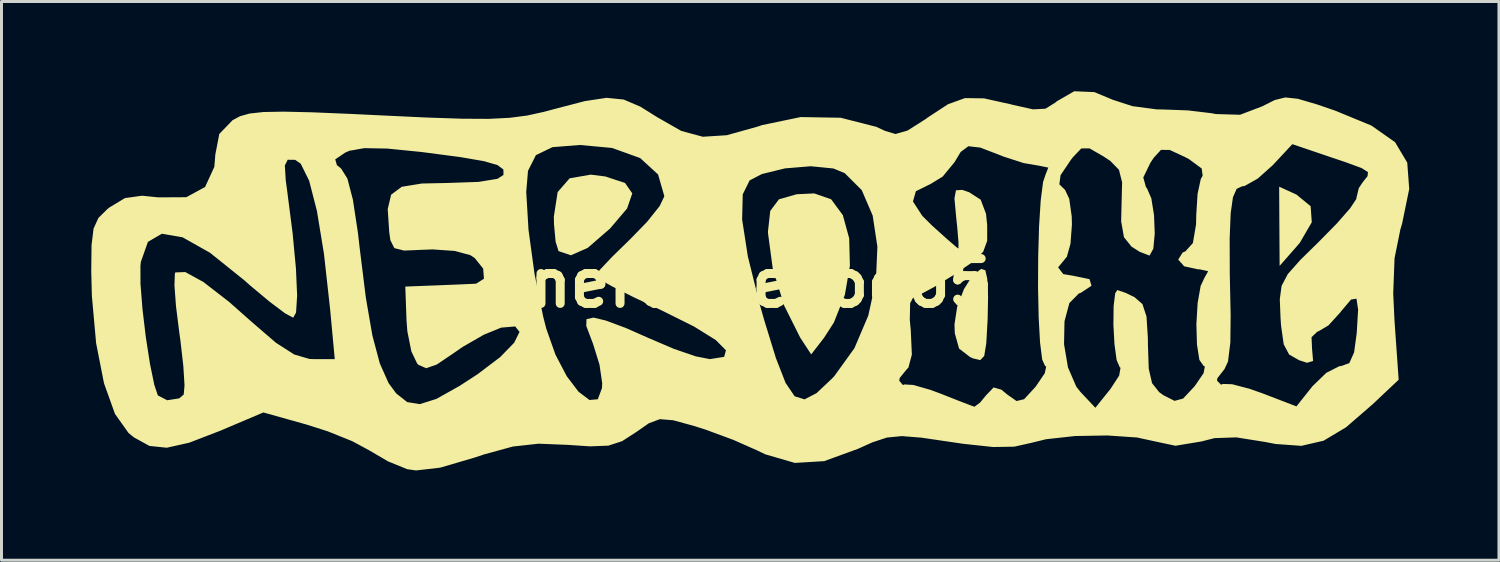
<source format=kicad_pcb>
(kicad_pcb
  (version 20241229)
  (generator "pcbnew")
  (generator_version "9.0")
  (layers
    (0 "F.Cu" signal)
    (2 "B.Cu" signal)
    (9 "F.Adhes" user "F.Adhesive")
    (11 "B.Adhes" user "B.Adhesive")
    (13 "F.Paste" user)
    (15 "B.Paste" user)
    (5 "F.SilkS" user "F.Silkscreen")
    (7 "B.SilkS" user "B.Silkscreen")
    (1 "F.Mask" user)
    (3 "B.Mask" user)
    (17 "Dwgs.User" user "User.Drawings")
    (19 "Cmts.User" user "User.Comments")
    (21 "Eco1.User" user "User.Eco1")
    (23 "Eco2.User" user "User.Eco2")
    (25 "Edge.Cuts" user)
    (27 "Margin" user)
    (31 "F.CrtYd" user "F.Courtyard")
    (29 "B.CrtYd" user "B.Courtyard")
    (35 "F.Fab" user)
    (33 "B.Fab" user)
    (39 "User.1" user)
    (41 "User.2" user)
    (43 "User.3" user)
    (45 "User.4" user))
  (footprint "nerdAxeLogo5"
    (layer "F.Cu")
    (at 22.39 6.414)
    (property "Reference" "nerdAxeLogo5" (at 0 0 0) (layer "F.SilkS") (effects (font (size 1.5 1.5) (thickness 0.3))))
    (attr board_only exclude_from_pos_files exclude_from_bom)
    (fp_poly (pts (xy 17.895 -2.96) (xy 18.37 -2.571) (xy 18.408 -2.035) (xy 18.01 -1.351) (xy 17.903 -1.225) (xy 17.333 -0.577) (xy 17.325 -1.9) (xy 17.318 -3.223)) (stroke (width 0) (type solid)) (fill yes) (layer "F.SilkS"))
    (fp_poly (pts (xy -5.208 -3.566) (xy -4.547 -3.347) (xy -4.305 -3) (xy -4.479 -2.495) (xy -5.051 -1.822) (xy -5.795 -1.178) (xy -6.356 -0.931) (xy -6.762 -1.067) (xy -6.773 -1.078) (xy -6.868 -1.385) (xy -6.922 -1.973) (xy -6.927 -2.224) (xy -6.8 -3.044) (xy -6.4 -3.504) (xy -5.695 -3.626)) (stroke (width 0) (type solid)) (fill yes) (layer "F.SilkS"))
    (fp_poly (pts (xy 7.496 -0.431) (xy 7.561 -0.142) (xy 7.588 0.471) (xy 7.573 1.209) (xy 7.528 2.009) (xy 7.459 2.434) (xy 7.325 2.574) (xy 7.084 2.515) (xy 6.985 2.471) (xy 6.618 2.187) (xy 6.476 1.679) (xy 6.465 1.376) (xy 6.556 0.787) (xy 6.782 0.2) (xy 7.072 -0.262) (xy 7.357 -0.475)) (stroke (width 0) (type solid)) (fill yes) (layer "F.SilkS"))
    (fp_poly (pts (xy 2.342 -2.803) (xy 2.733 -2.272) (xy 2.945 -1.5) (xy 2.969 -0.581) (xy 2.801 0.39) (xy 2.433 1.318) (xy 2.105 1.826) (xy 1.675 2.382) (xy 1.308 1.822) (xy 0.775 0.757) (xy 0.39 -0.491) (xy 0.232 -1.667) (xy 0.231 -1.734) (xy 0.307 -2.414) (xy 0.596 -2.801) (xy 1.189 -2.971) (xy 1.776 -2.999)) (stroke (width 0) (type solid)) (fill yes) (layer "F.SilkS"))
    (fp_poly (pts (xy 11.141 -6.385) (xy 11.759 -6.128) (xy 12.416 -5.915) (xy 13.227 -5.808) (xy 13.422 -5.805) (xy 14.265 -5.774) (xy 15.063 -5.679) (xy 15.197 -5.652) (xy 16.011 -5.628) (xy 16.752 -5.91) (xy 17.171 -6.12) (xy 17.523 -6.207) (xy 17.942 -6.162) (xy 18.566 -5.979) (xy 19.19 -5.766) (xy 20.402 -5.266) (xy 21.192 -4.711) (xy 21.599 -4.029) (xy 21.665 -3.147) (xy 21.428 -1.993) (xy 21.368 -1.79) (xy 21.175 -0.834) (xy 21.13 0.346) (xy 21.174 1.268) (xy 21.312 3.229) (xy 20.447 4.045) (xy 19.553 4.819) (xy 18.801 5.268) (xy 18.06 5.439) (xy 17.199 5.377) (xy 16.846 5.309) (xy 15.885 5.156) (xy 15.157 5.181) (xy 14.721 5.292) (xy 13.852 5.436) (xy 13.296 5.318) (xy 12.568 5.16) (xy 11.573 5.092) (xy 10.498 5.111) (xy 9.53 5.217) (xy 9.011 5.344) (xy 8.46 5.467) (xy 7.756 5.478) (xy 6.774 5.373) (xy 6.317 5.306) (xy 5.356 5.165) (xy 4.702 5.113) (xy 4.207 5.162) (xy 3.723 5.321) (xy 3.238 5.539) (xy 2.11 5.95) (xy 1.128 6.01) (xy 0.14 5.722) (xy -0.151 5.583) (xy -0.923 5.241) (xy -1.846 4.9) (xy -2.231 4.777) (xy -2.936 4.584) (xy -3.383 4.547) (xy -3.754 4.686) (xy -4.178 4.981) (xy -4.646 5.283) (xy -5.104 5.432) (xy -5.716 5.456) (xy -6.45 5.407) (xy -7.438 5.367) (xy -8.297 5.462) (xy -9.265 5.727) (xy -9.583 5.833) (xy -10.726 6.168) (xy -11.532 6.261) (xy -11.825 6.22) (xy -12.47 5.958) (xy -13.095 5.591) (xy -13.666 5.283) (xy -14.487 4.953) (xy -15.188 4.729) (xy -16.637 4.323) (xy -18.075 4.933) (xy -19.113 5.333) (xy -19.865 5.502) (xy -20.445 5.442) (xy -20.964 5.156) (xy -21.143 5.01) (xy -21.597 4.371) (xy -21.964 3.346) (xy -22.227 2.009) (xy -22.369 0.431) (xy -22.39 -0.387) (xy -22.388 -0.575) (xy -20.746 -0.575) (xy -20.744 0.023) (xy -20.678 0.864) (xy -20.566 1.803) (xy -20.427 2.697) (xy -20.282 3.401) (xy -20.164 3.752) (xy -19.852 3.915) (xy -19.45 3.852) (xy -19.299 3.724) (xy -19.272 3.415) (xy -19.312 2.773) (xy -19.409 1.92) (xy -19.447 1.653) (xy -19.557 0.772) (xy -19.609 0.076) (xy -19.595 -0.316) (xy -19.578 -0.358) (xy -19.246 -0.37) (xy -18.64 -0.037) (xy -17.781 0.628) (xy -17.016 1.305) (xy -16.214 1.995) (xy -15.606 2.385) (xy -15.097 2.534) (xy -14.963 2.54) (xy -14.25 2.54) (xy -14.406 0.866) (xy -14.611 -0.978) (xy -14.846 -2.412) (xy -15.106 -3.422) (xy -15.388 -3.993) (xy -15.576 -4.122) (xy -15.824 -4.124) (xy -15.919 -3.932) (xy -15.889 -3.441) (xy -15.841 -3.083) (xy -15.66 -1.678) (xy -15.548 -0.491) (xy -15.508 0.417) (xy -15.544 0.984) (xy -15.639 1.155) (xy -15.91 1.01) (xy -16.423 0.625) (xy -17.082 0.075) (xy -17.294 -0.112) (xy -18.423 -1.017) (xy -19.336 -1.531) (xy -20.03 -1.651) (xy -20.496 -1.379) (xy -20.731 -0.712) (xy -20.746 -0.575) (xy -22.388 -0.575) (xy -22.38 -1.269) (xy -22.313 -1.821) (xy -22.152 -2.177) (xy -21.859 -2.468) (xy -21.78 -2.531) (xy -21.263 -2.843) (xy -20.692 -2.922) (xy -20.154 -2.867) (xy -19.213 -2.872) (xy -18.585 -3.213) (xy -18.276 -3.886) (xy -18.255 -4.137) (xy -14.234 -4.137) (xy -14.178 -3.943) (xy -14.039 -3.832) (xy -13.828 -3.495) (xy -13.644 -2.79) (xy -13.475 -1.677) (xy -13.419 -1.19) (xy -13.212 0.481) (xy -12.992 1.753) (xy -12.744 2.685) (xy -12.452 3.34) (xy -12.198 3.685) (xy -11.83 3.976) (xy -11.41 4.045) (xy -10.852 3.87) (xy -10.074 3.433) (xy -9.47 3.04) (xy -8.726 2.477) (xy -8.252 1.991) (xy -8.074 1.631) (xy -8.217 1.448) (xy -8.687 1.487) (xy -9.268 1.725) (xy -9.975 2.132) (xy -10.258 2.328) (xy -10.838 2.72) (xy -11.193 2.844) (xy -11.448 2.734) (xy -11.495 2.689) (xy -11.69 2.281) (xy -11.824 1.609) (xy -11.852 1.244) (xy -11.892 0.115) (xy -10.853 0.075) (xy -10.155 0.047) (xy -9.635 0.024) (xy -9.525 0.018) (xy -9.263 -0.147) (xy -9.29 -0.486) (xy -9.574 -0.841) (xy -9.719 -0.935) (xy -10.24 -1.076) (xy -10.98 -1.127) (xy -11.277 -1.116) (xy -11.933 -1.088) (xy -12.26 -1.171) (xy -12.391 -1.434) (xy -12.429 -1.702) (xy -12.48 -2.473) (xy -12.366 -2.957) (xy -12.239 -3.051) (xy -7.85 -3.051) (xy -7.774 -1.784) (xy -7.574 -0.316) (xy -7.283 1.121) (xy -7.178 1.529) (xy -6.873 2.392) (xy -6.496 3.111) (xy -6.1 3.632) (xy -5.736 3.906) (xy -5.458 3.882) (xy -5.318 3.509) (xy -5.311 3.341) (xy -5.401 2.726) (xy -5.621 2.015) (xy -5.645 1.955) (xy -5.843 1.432) (xy -5.836 1.206) (xy -5.615 1.155) (xy -5.588 1.155) (xy -5.19 1.25) (xy -4.524 1.498) (xy -3.733 1.847) (xy -3.732 1.847) (xy -2.91 2.199) (xy -2.179 2.449) (xy -1.711 2.54) (xy -1.234 2.464) (xy -1.174 2.245) (xy -1.515 1.902) (xy -2.24 1.451) (xy -3.332 0.907) (xy -3.348 0.9) (xy -4.253 0.473) (xy -4.976 0.11) (xy -5.43 -0.144) (xy -5.542 -0.237) (xy -5.386 -0.448) (xy -4.978 -0.88) (xy -4.405 -1.44) (xy -4.387 -1.456) (xy -3.805 -2.055) (xy -3.75 -2.124) (xy -0.633 -2.124) (xy -0.442 -0.892) (xy -0.037 0.738) (xy 0.113 1.263) (xy 0.496 2.506) (xy 0.819 3.335) (xy 1.123 3.783) (xy 1.454 3.885) (xy 1.856 3.676) (xy 2.296 3.26) (xy 4.618 3.26) (xy 4.741 3.407) (xy 4.791 3.386) (xy 5.09 3.404) (xy 5.654 3.566) (xy 6.004 3.695) (xy 6.626 3.941) (xy 7.044 4.101) (xy 7.133 4.132) (xy 7.322 3.991) (xy 7.516 3.755) (xy 7.772 3.487) (xy 8.034 3.562) (xy 8.234 3.727) (xy 8.539 3.941) (xy 8.792 3.88) (xy 9.146 3.497) (xy 9.196 3.435) (xy 9.483 3.012) (xy 9.531 2.784) (xy 9.494 2.771) (xy 9.397 2.557) (xy 9.325 1.983) (xy 9.279 1.15) (xy 9.258 0.158) (xy 9.261 -0.526) (xy 9.929 -0.526) (xy 10.101 -0.303) (xy 10.506 -0.231) (xy 10.978 -0.133) (xy 11.045 0.088) (xy 10.685 0.325) (xy 10.622 0.346) (xy 10.306 0.665) (xy 10.142 1.277) (xy 10.127 2.042) (xy 10.258 2.816) (xy 10.536 3.459) (xy 10.667 3.627) (xy 11.174 4.167) (xy 11.687 3.526) (xy 11.97 3.09) (xy 12.015 2.829) (xy 11.988 2.809) (xy 11.885 2.571) (xy 11.813 2.047) (xy 11.777 1.395) (xy 11.784 0.773) (xy 11.837 0.339) (xy 11.907 0.231) (xy 12.193 0.328) (xy 12.484 0.47) (xy 12.747 0.7) (xy 12.883 1.112) (xy 12.929 1.83) (xy 12.931 2.06) (xy 12.958 2.861) (xy 13.069 3.343) (xy 13.306 3.643) (xy 13.45 3.747) (xy 13.822 3.936) (xy 14.107 3.858) (xy 14.479 3.461) (xy 14.507 3.427) (xy 14.621 3.26) (xy 15.24 3.26) (xy 15.376 3.396) (xy 15.435 3.37) (xy 15.744 3.379) (xy 16.326 3.531) (xy 16.763 3.685) (xy 17.895 4.12) (xy 18.432 3.445) (xy 18.893 2.999) (xy 19.331 2.776) (xy 19.39 2.771) (xy 19.663 2.674) (xy 19.823 2.313) (xy 19.91 1.674) (xy 19.957 0.884) (xy 19.902 0.52) (xy 19.72 0.549) (xy 19.387 0.943) (xy 19.358 0.982) (xy 18.963 1.415) (xy 18.623 1.615) (xy 18.601 1.616) (xy 18.4 1.807) (xy 18.417 2.196) (xy 18.452 2.603) (xy 18.249 2.662) (xy 17.981 2.575) (xy 17.65 2.386) (xy 17.469 2.043) (xy 17.38 1.411) (xy 17.363 1.15) (xy 17.339 0.533) (xy 17.399 0.091) (xy 17.606 -0.302) (xy 18.025 -0.775) (xy 18.626 -1.364) (xy 19.241 -1.989) (xy 19.69 -2.501) (xy 19.897 -2.814) (xy 19.901 -2.853) (xy 19.98 -3.177) (xy 20.114 -3.378) (xy 20.273 -3.576) (xy 20.286 -3.712) (xy 20.074 -3.846) (xy 19.56 -4.035) (xy 18.982 -4.23) (xy 17.759 -4.645) (xy 17.1 -3.939) (xy 16.601 -3.494) (xy 16.166 -3.249) (xy 16.071 -3.233) (xy 15.896 -3.151) (xy 15.773 -2.87) (xy 15.697 -2.337) (xy 15.663 -1.496) (xy 15.667 -0.295) (xy 15.696 1.071) (xy 15.686 1.985) (xy 15.608 2.621) (xy 15.49 2.874) (xy 15.253 3.177) (xy 15.24 3.26) (xy 14.621 3.26) (xy 14.792 3.008) (xy 14.834 2.783) (xy 14.796 2.771) (xy 14.651 2.567) (xy 14.57 2.051) (xy 14.551 1.37) (xy 14.592 0.669) (xy 14.693 0.095) (xy 14.824 -0.185) (xy 14.945 -0.397) (xy 14.663 -0.461) (xy 14.607 -0.462) (xy 14.143 -0.562) (xy 13.944 -0.786) (xy 14.089 -1.02) (xy 14.186 -1.065) (xy 14.434 -1.34) (xy 14.54 -1.964) (xy 14.547 -2.288) (xy 14.59 -2.979) (xy 14.697 -3.477) (xy 14.76 -3.591) (xy 14.728 -3.832) (xy 14.297 -4.149) (xy 14.185 -4.208) (xy 13.661 -4.451) (xy 13.368 -4.455) (xy 13.125 -4.19) (xy 13.014 -4.023) (xy 12.776 -3.532) (xy 12.865 -3.209) (xy 12.897 -3.175) (xy 13.045 -2.833) (xy 13.135 -2.272) (xy 13.159 -1.657) (xy 13.112 -1.153) (xy 12.988 -0.925) (xy 12.975 -0.924) (xy 12.656 -1.047) (xy 12.383 -1.22) (xy 12.129 -1.536) (xy 12.036 -2.069) (xy 12.05 -2.663) (xy 12.068 -3.37) (xy 11.963 -3.788) (xy 11.671 -4.087) (xy 11.447 -4.235) (xy 10.979 -4.504) (xy 10.704 -4.502) (xy 10.425 -4.21) (xy 10.355 -4.12) (xy 10.011 -3.608) (xy 9.97 -3.303) (xy 10.16 -3.117) (xy 10.301 -2.818) (xy 10.383 -2.233) (xy 10.391 -1.963) (xy 10.342 -1.314) (xy 10.221 -0.881) (xy 10.16 -0.808) (xy 9.929 -0.526) (xy 9.261 -0.526) (xy 9.263 -0.891) (xy 9.292 -1.897) (xy 9.347 -2.759) (xy 9.425 -3.376) (xy 9.51 -3.631) (xy 9.601 -3.862) (xy 9.293 -3.925) (xy 8.777 -4.013) (xy 8.111 -4.228) (xy 8.002 -4.272) (xy 7.326 -4.531) (xy 6.929 -4.576) (xy 6.671 -4.384) (xy 6.468 -4.045) (xy 6.07 -3.561) (xy 5.678 -3.321) (xy 5.174 -3.071) (xy 5.077 -2.729) (xy 5.389 -2.248) (xy 5.72 -1.92) (xy 6.21 -1.479) (xy 6.531 -1.202) (xy 6.598 -1.155) (xy 6.599 -1.36) (xy 6.556 -1.88) (xy 6.522 -2.197) (xy 6.464 -2.83) (xy 6.514 -3.103) (xy 6.724 -3.117) (xy 6.955 -3.038) (xy 7.341 -2.789) (xy 7.519 -2.318) (xy 7.558 -1.938) (xy 7.558 -1.414) (xy 7.423 -1.046) (xy 7.063 -0.7) (xy 6.463 -0.289) (xy 5.812 0.114) (xy 5.305 0.387) (xy 5.093 0.462) (xy 4.983 0.67) (xy 4.971 1.226) (xy 5.004 1.585) (xy 5.04 2.39) (xy 4.924 2.827) (xy 4.878 2.869) (xy 4.634 3.17) (xy 4.618 3.26) (xy 2.296 3.26) (xy 2.371 3.19) (xy 2.449 3.107) (xy 3.12 2.176) (xy 3.583 1.086) (xy 3.839 -0.075) (xy 3.888 -1.22) (xy 3.73 -2.26) (xy 3.365 -3.109) (xy 2.795 -3.677) (xy 2.418 -3.832) (xy 1.665 -3.907) (xy 0.801 -3.836) (xy 0.029 -3.647) (xy -0.382 -3.434) (xy -0.613 -2.969) (xy -0.633 -2.124) (xy -3.75 -2.124) (xy -3.39 -2.576) (xy -3.233 -2.904) (xy -3.443 -3.632) (xy -4.041 -4.18) (xy -4.979 -4.518) (xy -6.053 -4.618) (xy -6.973 -4.545) (xy -7.526 -4.279) (xy -7.791 -3.753) (xy -7.85 -3.051) (xy -12.239 -3.051) (xy -12.01 -3.221) (xy -11.336 -3.33) (xy -10.48 -3.348) (xy -9.445 -3.384) (xy -8.81 -3.487) (xy -8.61 -3.617) (xy -8.614 -3.799) (xy -8.811 -3.946) (xy -9.264 -4.077) (xy -10.039 -4.211) (xy -11.201 -4.364) (xy -11.375 -4.386) (xy -12.499 -4.498) (xy -13.264 -4.512) (xy -13.76 -4.424) (xy -13.899 -4.364) (xy -14.234 -4.137) (xy -18.255 -4.137) (xy -18.242 -4.302) (xy -18.109 -4.988) (xy -17.665 -5.447) (xy -17.417 -5.579) (xy -17.096 -5.669) (xy -16.633 -5.72) (xy -15.957 -5.732) (xy -15 -5.71) (xy -13.691 -5.655) (xy -12.758 -5.61) (xy -11.194 -5.536) (xy -10.005 -5.496) (xy -9.104 -5.491) (xy -8.404 -5.526) (xy -7.82 -5.602) (xy -7.264 -5.724) (xy -6.928 -5.814) (xy -5.898 -6.083) (xy -5.167 -6.194) (xy -4.594 -6.137) (xy -4.039 -5.901) (xy -3.464 -5.542) (xy -2.669 -5.088) (xy -1.948 -4.893) (xy -1.148 -4.944) (xy -0.116 -5.232) (xy 0.035 -5.283) (xy 1.325 -5.551) (xy 2.66 -5.528) (xy 3.854 -5.224) (xy 4.136 -5.091) (xy 4.491 -4.985) (xy 4.896 -5.1) (xy 5.489 -5.477) (xy 5.571 -5.537) (xy 6.248 -5.98) (xy 6.816 -6.185) (xy 7.451 -6.176) (xy 8.331 -5.981) (xy 8.415 -5.959) (xy 9.089 -5.809) (xy 9.505 -5.83) (xy 9.837 -6.036) (xy 9.879 -6.074) (xy 10.467 -6.414)) (stroke (width 0) (type solid)) (fill yes) (layer "F.SilkS")))
  (gr_rect
    (start -3 -3)
    (end 47.055 15.676)
    (stroke (width 0.1) (type default))
    (fill no)
    (layer "Edge.Cuts")))
</source>
